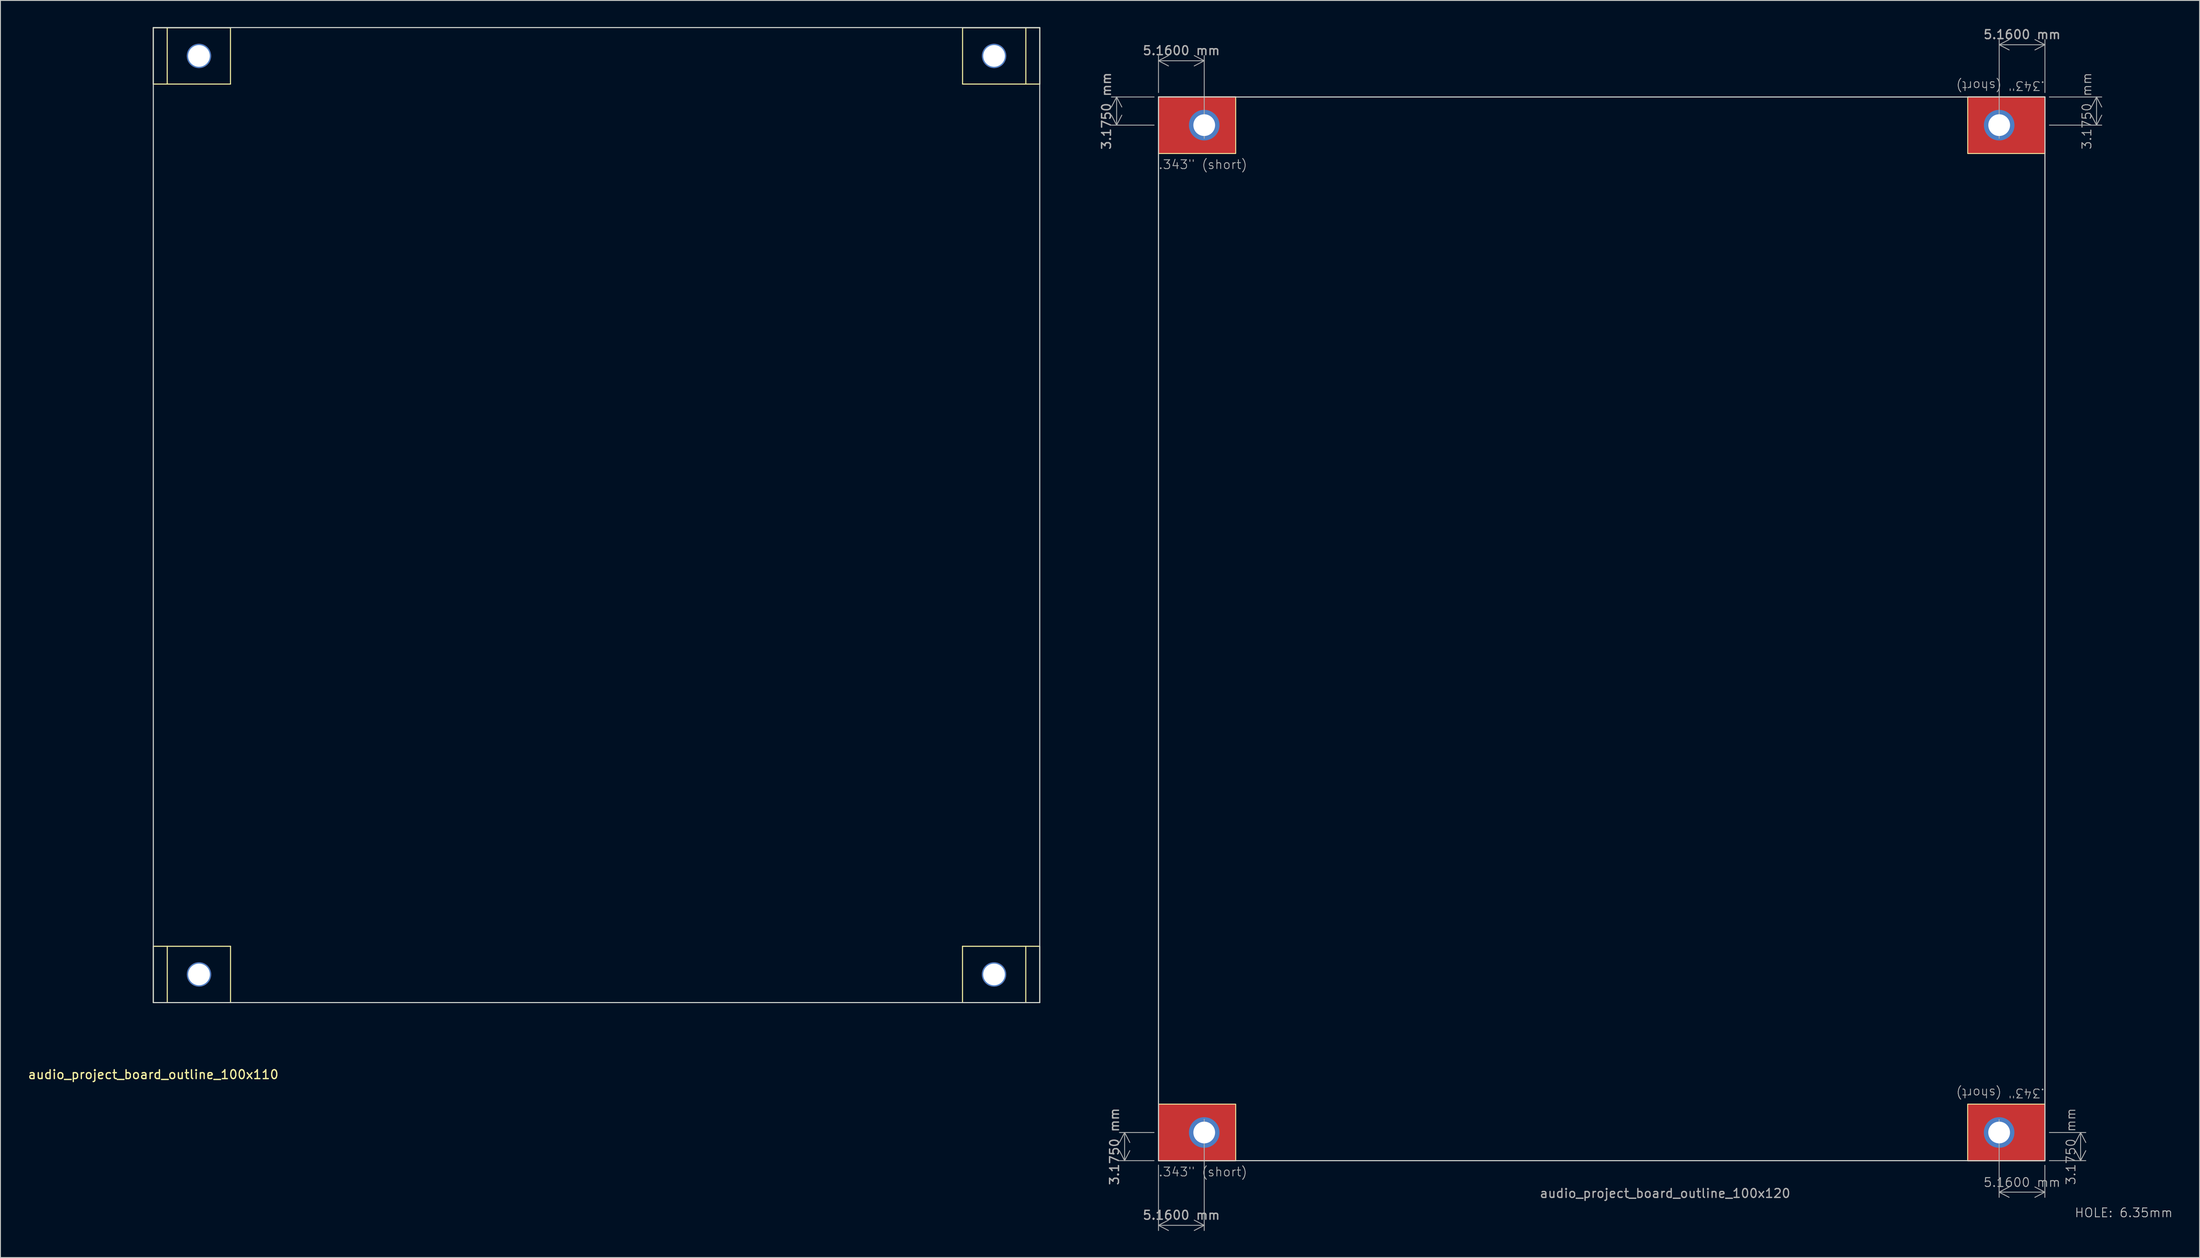
<source format=kicad_pcb>
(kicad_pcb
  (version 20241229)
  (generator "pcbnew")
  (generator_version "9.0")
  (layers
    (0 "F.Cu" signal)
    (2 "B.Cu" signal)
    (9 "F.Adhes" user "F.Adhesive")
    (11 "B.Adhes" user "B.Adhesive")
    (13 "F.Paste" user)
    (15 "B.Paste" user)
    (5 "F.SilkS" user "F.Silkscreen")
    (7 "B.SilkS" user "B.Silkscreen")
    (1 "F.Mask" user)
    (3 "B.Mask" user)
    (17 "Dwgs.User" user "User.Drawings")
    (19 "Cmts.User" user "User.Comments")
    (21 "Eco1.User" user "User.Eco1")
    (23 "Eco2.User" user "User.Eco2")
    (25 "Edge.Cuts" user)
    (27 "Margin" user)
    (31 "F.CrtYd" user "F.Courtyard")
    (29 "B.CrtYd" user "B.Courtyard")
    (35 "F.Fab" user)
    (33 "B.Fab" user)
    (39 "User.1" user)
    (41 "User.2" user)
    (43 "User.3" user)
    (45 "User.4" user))
  (footprint "audio_project_board_outline_100x120"
    (layer "F.Cu")
    (at 127.639 127.893)
    (property "Reference" "audio_project_board_outline_100x120" (at 57.15 3.69 180) (layer "F.Fab") (effects (font (size 1 1) (thickness 0.15))))
    (attr exclude_from_bom)
    (fp_rect (start 8.71 -120.025) (end 0 -113.625) (stroke (width 0.1) (type default)) (fill no) (layer "F.SilkS"))
    (fp_rect (start 8.71 -6.375) (end 0 0.025) (stroke (width 0.1) (type default)) (fill no) (layer "F.SilkS"))
    (fp_rect (start 91.284 0.025) (end 99.994 -6.375) (stroke (width 0.1) (type default)) (fill no) (layer "F.SilkS"))
    (fp_rect (start 91.29 -113.625) (end 100 -120.025) (stroke (width 0.1) (type default)) (fill no) (layer "F.SilkS"))
    (fp_line (start 0 -120) (end 100 -120) (stroke (width 0.12) (type solid)) (layer "Edge.Cuts"))
    (fp_line (start 0 0) (end 0 -120) (stroke (width 0.12) (type solid)) (layer "Edge.Cuts"))
    (fp_line (start 0 0) (end 100 0) (stroke (width 0.12) (type solid)) (layer "Edge.Cuts"))
    (fp_line (start 100 0) (end 100 -120) (stroke (width 0.12) (type solid)) (layer "Edge.Cuts"))
    (fp_text user "HOLE: 6.35mm" (at 103.3 6.46 0) (unlocked yes) (layer "Dwgs.User") (effects (font (size 1 1) (thickness 0.1)) (justify left bottom)))
    (fp_text user ".343\" (short)" (at 100.044 -8.205 180) (unlocked yes) (layer "F.Fab") (effects (font (size 1 1) (thickness 0.1)) (justify left bottom)))
    (fp_text user ".343\" (short)" (at 100.05 -121.855 180) (unlocked yes) (layer "F.Fab") (effects (font (size 1 1) (thickness 0.1)) (justify left bottom)))
    (fp_text user ".343\" (short)" (at -0.05 -111.795 0) (unlocked yes) (layer "F.Fab") (effects (font (size 1 1) (thickness 0.1)) (justify left bottom)))
    (fp_text user ".343\" (short)" (at -0.05 1.855 0) (unlocked yes) (layer "F.Fab") (effects (font (size 1 1) (thickness 0.1)) (justify left bottom)))
    (dimension (type orthogonal) (layer "F.Fab") (pts (xy 227.633 127.918) (xy 222.473 122.758)) (height 3.528) (orientation 0) (format (prefix "") (suffix "") (units 3) (units_format 1) (precision 4)) (style (thickness 0.1) (arrow_length 1.27) (text_position_mode 0) (arrow_direction outward) (extension_height 0.586) (extension_offset 0.5) (keep_text_aligned yes)) (gr_text "5.1600 mm" (at 225.053 130.346 0) (layer "F.Fab") (effects (font (size 1 1) (thickness 0.1)))))
    (dimension (type orthogonal) (layer "F.Fab") (pts (xy 127.639 7.893) (xy 132.799 13.053)) (height -4.09) (orientation 0) (format (prefix "") (suffix "") (units 3) (units_format 1) (precision 4)) (style (thickness 0.1) (arrow_length 1.27) (text_position_mode 0) (arrow_direction outward) (extension_height 0.586) (extension_offset 0.5) (keep_text_aligned yes)) (gr_text "5.1600 mm" (at 130.219 2.654 0) (layer "F.Fab") (effects (font (size 1 1) (thickness 0.15)))))
    (dimension (type orthogonal) (layer "F.Fab") (pts (xy 227.639 127.893) (xy 227.639 124.718)) (height 4.025) (orientation 1) (format (prefix "") (suffix "") (units 3) (units_format 1) (precision 4)) (style (thickness 0.1) (arrow_length 1.27) (text_position_mode 0) (arrow_direction outward) (extension_height 0.586) (extension_offset 0.5) (keep_text_aligned yes)) (gr_text "3.1750 mm" (at 230.564 126.306 90) (layer "F.Fab") (effects (font (size 1 1) (thickness 0.1)))))
    (dimension (type orthogonal) (layer "F.Fab") (pts (xy 227.639 7.893) (xy 227.639 11.068)) (height 5.825) (orientation 1) (format (prefix "") (suffix "") (units 3) (units_format 1) (precision 4)) (style (thickness 0.1) (arrow_length 1.27) (text_position_mode 0) (arrow_direction outward) (extension_height 0.586) (extension_offset 0.5) (keep_text_aligned yes)) (gr_text "3.1750 mm" (at 232.364 9.481 90) (layer "F.Fab") (effects (font (size 1 1) (thickness 0.1)))))
    (dimension (type orthogonal) (layer "F.Fab") (pts (xy 227.639 7.893) (xy 222.479 13.053)) (height -5.895) (orientation 0) (format (prefix "") (suffix "") (units 3) (units_format 1) (precision 4)) (style (thickness 0.1) (arrow_length 1.27) (text_position_mode 0) (arrow_direction outward) (extension_height 0.586) (extension_offset 0.5) (keep_text_aligned yes)) (gr_text "5.1600 mm" (at 225.059 0.848 0) (layer "F.Fab") (effects (font (size 1 1) (thickness 0.15)))))
    (dimension (type orthogonal) (layer "F.Fab") (pts (xy 127.646 7.893) (xy 127.646 11.068)) (height -4.728) (orientation 1) (format (prefix "") (suffix "") (units 3) (units_format 1) (precision 4)) (style (thickness 0.1) (arrow_length 1.27) (text_position_mode 0) (arrow_direction outward) (extension_height 0.586) (extension_offset 0.5) (keep_text_aligned yes)) (gr_text "3.1750 mm" (at 121.769 9.481 90) (layer "F.Fab") (effects (font (size 1 1) (thickness 0.15)))))
    (dimension (type orthogonal) (layer "F.Fab") (pts (xy 127.639 127.893) (xy 127.639 124.718)) (height -3.82) (orientation 1) (format (prefix "") (suffix "") (units 3) (units_format 1) (precision 4)) (style (thickness 0.1) (arrow_length 1.27) (text_position_mode 0) (arrow_direction outward) (extension_height 0.586) (extension_offset 0.5) (keep_text_aligned yes)) (gr_text "3.1750 mm" (at 122.669 126.306 90) (layer "F.Fab") (effects (font (size 1 1) (thickness 0.15)))))
    (dimension (type orthogonal) (layer "F.Fab") (pts (xy 127.639 127.893) (xy 132.799 122.733)) (height 7.296) (orientation 0) (format (prefix "") (suffix "") (units 3) (units_format 1) (precision 4)) (style (thickness 0.1) (arrow_length 1.27) (text_position_mode 0) (arrow_direction outward) (extension_height 0.586) (extension_offset 0.5) (keep_text_aligned yes)) (gr_text "5.1600 mm" (at 130.219 134.04 0) (layer "F.Fab") (effects (font (size 1 1) (thickness 0.15)))))
    (pad "1" thru_hole circle (at 5.16 -3.175 180) (size 3.45 3.45) (drill 2.45) (layers "*.Cu" "*.Mask"))
    (pad "1" smd custom (at 5.16 -3.175 180) (size 3.45 3.45) (layers "F.Cu" "F.Mask") (options (anchor circle)) (primitives (gr_rect (start -3.55 -3.2) (end 5.16 3.2) (width 0.1) (fill yes))))
    (pad "2" thru_hole circle (at 94.834 -3.175) (size 3.45 3.45) (drill 2.45) (layers "*.Cu" "*.Mask"))
    (pad "2" smd custom (at 94.834 -3.175) (size 3.45 3.45) (layers "F.Cu" "F.Mask") (options (anchor circle)) (primitives (gr_rect (start -3.55 -3.2) (end 5.16 3.2) (width 0.1) (fill yes))))
    (pad "3" thru_hole circle (at 5.16 -116.825 180) (size 3.45 3.45) (drill 2.45) (layers "*.Cu" "*.Mask"))
    (pad "3" smd custom (at 5.16 -116.825 180) (size 3.45 3.45) (layers "F.Cu" "F.Mask") (options (anchor circle)) (primitives (gr_rect (start -3.55 -3.2) (end 5.16 3.2) (width 0.1) (fill yes))))
    (pad "4" thru_hole circle (at 94.84 -116.825) (size 3.45 3.45) (drill 2.45) (layers "*.Cu" "*.Mask"))
    (pad "4" smd custom (at 94.84 -116.825) (size 3.45 3.45) (layers "F.Cu" "F.Mask") (options (anchor circle)) (primitives (gr_rect (start -3.55 -3.2) (end 5.16 3.2) (width 0.1) (fill yes)))))
  (footprint "audio_project_board_outline_100x110"
    (layer "F.Cu")
    (at 14.244 110.06)
    (property "Reference" "audio_project_board_outline_100x110" (at 0 8.12 180) (layer "F.SilkS") (effects (font (size 1 1) (thickness 0.15))))
    (attr through_hole)
    (fp_line (start -0.006 -109.975) (end 8.706 -109.975) (stroke (width 0.12) (type solid)) (layer "F.SilkS"))
    (fp_line (start -0.006 -103.625) (end -0.006 -109.975) (stroke (width 0.12) (type solid)) (layer "F.SilkS"))
    (fp_line (start -0.006 -103.625) (end 8.706 -103.625) (stroke (width 0.12) (type solid)) (layer "F.SilkS"))
    (fp_line (start 0 -6.35) (end 8.712 -6.35) (stroke (width 0.12) (type solid)) (layer "F.SilkS"))
    (fp_line (start 0 0) (end 0 -6.35) (stroke (width 0.12) (type solid)) (layer "F.SilkS"))
    (fp_line (start 0 0) (end 8.712 0) (stroke (width 0.12) (type solid)) (layer "F.SilkS"))
    (fp_line (start 1.569 -103.625) (end 1.569 -109.975) (stroke (width 0.12) (type solid)) (layer "F.SilkS"))
    (fp_line (start 1.575 0) (end 1.575 -6.35) (stroke (width 0.12) (type solid)) (layer "F.SilkS"))
    (fp_line (start 8.706 -103.625) (end 8.706 -109.975) (stroke (width 0.12) (type solid)) (layer "F.SilkS"))
    (fp_line (start 8.712 0) (end 8.712 -6.35) (stroke (width 0.12) (type solid)) (layer "F.SilkS"))
    (fp_line (start 91.288 -6.35) (end 91.288 0) (stroke (width 0.12) (type solid)) (layer "F.SilkS"))
    (fp_line (start 91.294 -109.975) (end 91.294 -103.625) (stroke (width 0.12) (type solid)) (layer "F.SilkS"))
    (fp_line (start 98.425 -6.35) (end 98.425 0) (stroke (width 0.12) (type solid)) (layer "F.SilkS"))
    (fp_line (start 98.431 -109.975) (end 98.431 -103.625) (stroke (width 0.12) (type solid)) (layer "F.SilkS"))
    (fp_line (start 100 -6.35) (end 91.288 -6.35) (stroke (width 0.12) (type solid)) (layer "F.SilkS"))
    (fp_line (start 100 -6.35) (end 100 0) (stroke (width 0.12) (type solid)) (layer "F.SilkS"))
    (fp_line (start 100 0) (end 91.288 0) (stroke (width 0.12) (type solid)) (layer "F.SilkS"))
    (fp_line (start 100.006 -109.975) (end 91.294 -109.975) (stroke (width 0.12) (type solid)) (layer "F.SilkS"))
    (fp_line (start 100.006 -109.975) (end 100.006 -103.625) (stroke (width 0.12) (type solid)) (layer "F.SilkS"))
    (fp_line (start 100.006 -103.625) (end 91.294 -103.625) (stroke (width 0.12) (type solid)) (layer "F.SilkS"))
    (fp_line (start 0 -110) (end 100 -110) (stroke (width 0.12) (type solid)) (layer "Edge.Cuts"))
    (fp_line (start 0 0) (end 0 -110) (stroke (width 0.12) (type solid)) (layer "Edge.Cuts"))
    (fp_line (start 0 0) (end 100 0) (stroke (width 0.12) (type solid)) (layer "Edge.Cuts"))
    (fp_line (start 100 0) (end 100 -110) (stroke (width 0.12) (type solid)) (layer "Edge.Cuts"))
    (pad "1" thru_hole circle (at 5.15 -106.8 180) (size 2.75 2.75) (drill 2.45) (layers "*.Cu" "*.Mask"))
    (pad "1" thru_hole circle (at 5.156 -3.175 180) (size 2.75 2.75) (drill 2.45) (layers "*.Cu" "*.Mask"))
    (pad "1" thru_hole circle (at 94.844 -3.175) (size 2.75 2.75) (drill 2.45) (layers "*.Cu" "*.Mask"))
    (pad "1" thru_hole circle (at 94.85 -106.8) (size 2.75 2.75) (drill 2.45) (layers "*.Cu" "*.Mask")))
  (gr_rect
    (start -3 -3)
    (end 245.086 138.826)
    (stroke (width 0.1) (type default))
    (fill no)
    (layer "Edge.Cuts")))
</source>
